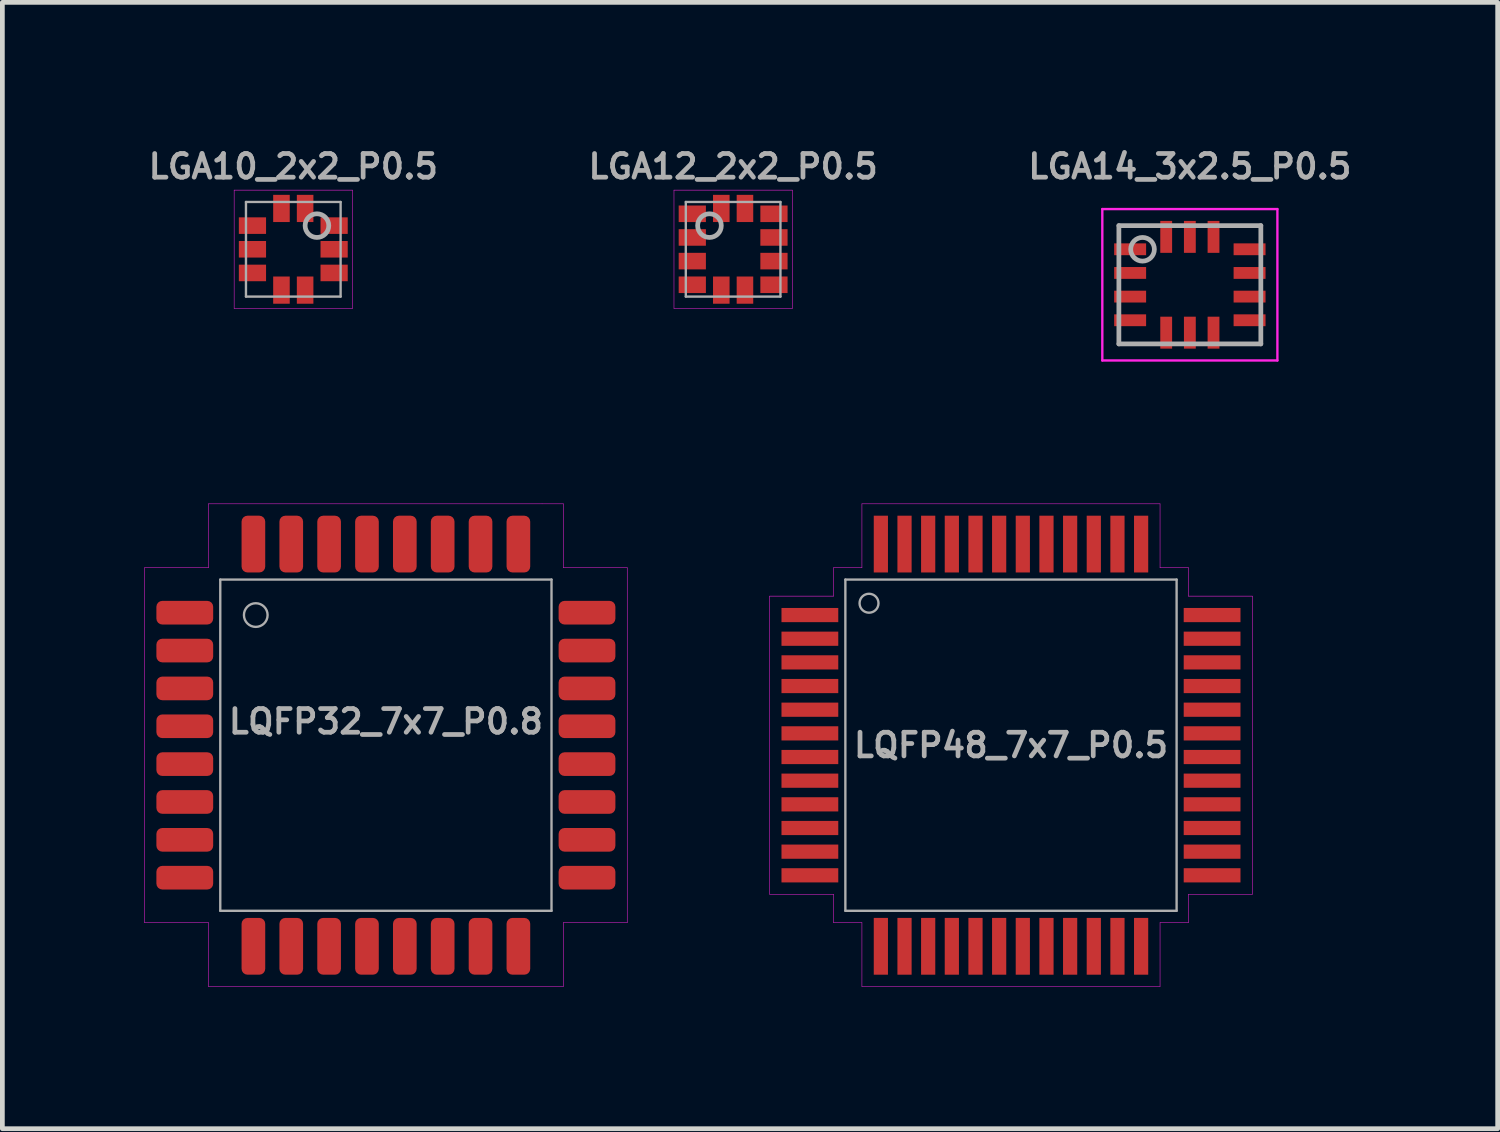
<source format=kicad_pcb>
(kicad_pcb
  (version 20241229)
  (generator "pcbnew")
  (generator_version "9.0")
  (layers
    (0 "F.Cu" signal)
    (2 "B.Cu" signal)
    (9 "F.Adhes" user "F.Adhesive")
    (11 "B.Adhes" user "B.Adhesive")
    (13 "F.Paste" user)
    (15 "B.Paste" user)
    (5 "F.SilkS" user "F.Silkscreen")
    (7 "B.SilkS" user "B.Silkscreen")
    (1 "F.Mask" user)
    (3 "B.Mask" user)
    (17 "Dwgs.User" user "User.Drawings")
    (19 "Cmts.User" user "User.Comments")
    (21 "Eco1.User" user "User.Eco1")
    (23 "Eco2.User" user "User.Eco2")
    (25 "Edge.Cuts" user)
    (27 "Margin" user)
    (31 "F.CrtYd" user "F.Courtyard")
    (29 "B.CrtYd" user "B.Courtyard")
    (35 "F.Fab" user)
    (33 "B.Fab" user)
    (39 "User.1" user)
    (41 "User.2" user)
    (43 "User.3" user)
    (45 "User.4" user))
  (footprint "LQFP32_7x7_P0.8"
    (layer "F.Cu")
    (at 5.105 12.698)
    (property "Reference" "LQFP32_7x7_P0.8" (at 0 -0.5 0) (layer "F.Fab") (effects (font (size 0.5 0.5) (thickness 0.1))))
    (attr smd)
    (fp_line (start -5.1 -3.75) (end -5.1 3.75) (stroke (width 0.01) (type solid)) (layer "F.CrtYd"))
    (fp_line (start -5.1 -3.75) (end -3.75 -3.75) (stroke (width 0.01) (type solid)) (layer "F.CrtYd"))
    (fp_line (start -3.75 -5.1) (end 3.75 -5.1) (stroke (width 0.01) (type solid)) (layer "F.CrtYd"))
    (fp_line (start -3.75 -3.75) (end -3.75 -5.1) (stroke (width 0.01) (type solid)) (layer "F.CrtYd"))
    (fp_line (start -3.75 3.75) (end -5.1 3.75) (stroke (width 0.01) (type solid)) (layer "F.CrtYd"))
    (fp_line (start -3.75 5.1) (end -3.75 3.75) (stroke (width 0.01) (type solid)) (layer "F.CrtYd"))
    (fp_line (start -3.75 5.1) (end 3.75 5.1) (stroke (width 0.01) (type solid)) (layer "F.CrtYd"))
    (fp_line (start 3.3 -5.1) (end 3.3 -5.1) (stroke (width 0.01) (type solid)) (layer "F.CrtYd"))
    (fp_line (start 3.75 -5.1) (end 3.75 -3.75) (stroke (width 0.01) (type solid)) (layer "F.CrtYd"))
    (fp_line (start 3.75 -3.75) (end 5.1 -3.75) (stroke (width 0.01) (type solid)) (layer "F.CrtYd"))
    (fp_line (start 3.75 3.75) (end 3.75 5.1) (stroke (width 0.01) (type solid)) (layer "F.CrtYd"))
    (fp_line (start 5.1 -3.75) (end 5.1 3.75) (stroke (width 0.01) (type solid)) (layer "F.CrtYd"))
    (fp_line (start 5.1 3.75) (end 3.75 3.75) (stroke (width 0.01) (type solid)) (layer "F.CrtYd"))
    (fp_line (start -3.5 -3.5) (end 3.5 -3.5) (stroke (width 0.05) (type solid)) (layer "F.Fab"))
    (fp_line (start -3.5 3.5) (end -3.5 -3.5) (stroke (width 0.05) (type solid)) (layer "F.Fab"))
    (fp_line (start 3.5 -3.5) (end 3.5 3.5) (stroke (width 0.05) (type solid)) (layer "F.Fab"))
    (fp_line (start 3.5 3.5) (end -3.5 3.5) (stroke (width 0.05) (type solid)) (layer "F.Fab"))
    (fp_circle (center -2.75 -2.75) (end -2.5 -2.75) (stroke (width 0.05) (type solid)) (fill no) (layer "F.Fab"))
    (pad "1" smd roundrect (at -4.25 -2.8) (size 1.2 0.5) (layers "F.Cu" "F.Mask" "F.Paste") (roundrect_rratio 0.25))
    (pad "2" smd roundrect (at -4.25 -2) (size 1.2 0.5) (layers "F.Cu" "F.Mask" "F.Paste") (roundrect_rratio 0.25))
    (pad "3" smd roundrect (at -4.25 -1.2) (size 1.2 0.5) (layers "F.Cu" "F.Mask" "F.Paste") (roundrect_rratio 0.25))
    (pad "4" smd roundrect (at -4.25 -0.4) (size 1.2 0.5) (layers "F.Cu" "F.Mask" "F.Paste") (roundrect_rratio 0.25))
    (pad "5" smd roundrect (at -4.25 0.4) (size 1.2 0.5) (layers "F.Cu" "F.Mask" "F.Paste") (roundrect_rratio 0.25))
    (pad "6" smd roundrect (at -4.25 1.2) (size 1.2 0.5) (layers "F.Cu" "F.Mask" "F.Paste") (roundrect_rratio 0.25))
    (pad "7" smd roundrect (at -4.25 2) (size 1.2 0.5) (layers "F.Cu" "F.Mask" "F.Paste") (roundrect_rratio 0.25))
    (pad "8" smd roundrect (at -4.25 2.8) (size 1.2 0.5) (layers "F.Cu" "F.Mask" "F.Paste") (roundrect_rratio 0.25))
    (pad "9" smd roundrect (at -2.8 4.25 90) (size 1.2 0.5) (layers "F.Cu" "F.Mask" "F.Paste") (roundrect_rratio 0.25))
    (pad "10" smd roundrect (at -2 4.25 90) (size 1.2 0.5) (layers "F.Cu" "F.Mask" "F.Paste") (roundrect_rratio 0.25))
    (pad "11" smd roundrect (at -1.2 4.25 90) (size 1.2 0.5) (layers "F.Cu" "F.Mask" "F.Paste") (roundrect_rratio 0.25))
    (pad "12" smd roundrect (at -0.4 4.25 90) (size 1.2 0.5) (layers "F.Cu" "F.Mask" "F.Paste") (roundrect_rratio 0.25))
    (pad "13" smd roundrect (at 0.4 4.25 90) (size 1.2 0.5) (layers "F.Cu" "F.Mask" "F.Paste") (roundrect_rratio 0.25))
    (pad "14" smd roundrect (at 1.2 4.25 90) (size 1.2 0.5) (layers "F.Cu" "F.Mask" "F.Paste") (roundrect_rratio 0.25))
    (pad "15" smd roundrect (at 2 4.25 90) (size 1.2 0.5) (layers "F.Cu" "F.Mask" "F.Paste") (roundrect_rratio 0.25))
    (pad "16" smd roundrect (at 2.8 4.25 90) (size 1.2 0.5) (layers "F.Cu" "F.Mask" "F.Paste") (roundrect_rratio 0.25))
    (pad "17" smd roundrect (at 4.25 2.8) (size 1.2 0.5) (layers "F.Cu" "F.Mask" "F.Paste") (roundrect_rratio 0.25))
    (pad "18" smd roundrect (at 4.25 2) (size 1.2 0.5) (layers "F.Cu" "F.Mask" "F.Paste") (roundrect_rratio 0.25))
    (pad "19" smd roundrect (at 4.25 1.2) (size 1.2 0.5) (layers "F.Cu" "F.Mask" "F.Paste") (roundrect_rratio 0.25))
    (pad "20" smd roundrect (at 4.25 0.4) (size 1.2 0.5) (layers "F.Cu" "F.Mask" "F.Paste") (roundrect_rratio 0.25))
    (pad "21" smd roundrect (at 4.25 -0.4) (size 1.2 0.5) (layers "F.Cu" "F.Mask" "F.Paste") (roundrect_rratio 0.25))
    (pad "22" smd roundrect (at 4.25 -1.2) (size 1.2 0.5) (layers "F.Cu" "F.Mask" "F.Paste") (roundrect_rratio 0.25))
    (pad "23" smd roundrect (at 4.25 -2) (size 1.2 0.5) (layers "F.Cu" "F.Mask" "F.Paste") (roundrect_rratio 0.25))
    (pad "24" smd roundrect (at 4.25 -2.8) (size 1.2 0.5) (layers "F.Cu" "F.Mask" "F.Paste") (roundrect_rratio 0.25))
    (pad "25" smd roundrect (at 2.8 -4.25 90) (size 1.2 0.5) (layers "F.Cu" "F.Mask" "F.Paste") (roundrect_rratio 0.25))
    (pad "26" smd roundrect (at 2 -4.25 90) (size 1.2 0.5) (layers "F.Cu" "F.Mask" "F.Paste") (roundrect_rratio 0.25))
    (pad "27" smd roundrect (at 1.2 -4.25 90) (size 1.2 0.5) (layers "F.Cu" "F.Mask" "F.Paste") (roundrect_rratio 0.25))
    (pad "28" smd roundrect (at 0.4 -4.25 90) (size 1.2 0.5) (layers "F.Cu" "F.Mask" "F.Paste") (roundrect_rratio 0.25))
    (pad "29" smd roundrect (at -0.4 -4.25 90) (size 1.2 0.5) (layers "F.Cu" "F.Mask" "F.Paste") (roundrect_rratio 0.25))
    (pad "30" smd roundrect (at -1.2 -4.25 90) (size 1.2 0.5) (layers "F.Cu" "F.Mask" "F.Paste") (roundrect_rratio 0.25))
    (pad "31" smd roundrect (at -2 -4.25 90) (size 1.2 0.5) (layers "F.Cu" "F.Mask" "F.Paste") (roundrect_rratio 0.25))
    (pad "32" smd roundrect (at -2.8 -4.25 90) (size 1.2 0.5) (layers "F.Cu" "F.Mask" "F.Paste") (roundrect_rratio 0.25)))
  (footprint "LGA12_2x2_P0.5"
    (layer "F.Cu")
    (at 12.443 2.218)
    (property "Reference" "LGA12_2x2_P0.5" (at 0 -1.75 0) (layer "F.Fab") (effects (font (size 0.5 0.5) (thickness 0.1))))
    (attr smd)
    (fp_line (start -1.25 -1.25) (end 1.25 -1.25) (stroke (width 0.01) (type solid)) (layer "F.CrtYd"))
    (fp_line (start -1.25 1.25) (end -1.25 -1.25) (stroke (width 0.01) (type solid)) (layer "F.CrtYd"))
    (fp_line (start 1.25 -1.25) (end 1.25 1.25) (stroke (width 0.01) (type solid)) (layer "F.CrtYd"))
    (fp_line (start 1.25 1.25) (end -1.25 1.25) (stroke (width 0.01) (type solid)) (layer "F.CrtYd"))
    (fp_line (start -1 -1) (end 1 -1) (stroke (width 0.05) (type solid)) (layer "F.Fab"))
    (fp_line (start -1 1) (end -1 -1) (stroke (width 0.05) (type solid)) (layer "F.Fab"))
    (fp_line (start 1 -1) (end 1 1) (stroke (width 0.05) (type solid)) (layer "F.Fab"))
    (fp_line (start 1 1) (end -1 1) (stroke (width 0.05) (type solid)) (layer "F.Fab"))
    (fp_circle (center -0.5 -0.5) (end -0.25 -0.5) (stroke (width 0.1) (type solid)) (fill no) (layer "F.Fab"))
    (pad "1" smd rect (at -0.863 -0.75) (size 0.575 0.35) (layers "F.Cu" "F.Mask" "F.Paste"))
    (pad "2" smd rect (at -0.863 -0.25) (size 0.575 0.35) (layers "F.Cu" "F.Mask" "F.Paste"))
    (pad "3" smd rect (at -0.863 0.25) (size 0.575 0.35) (layers "F.Cu" "F.Mask" "F.Paste"))
    (pad "4" smd rect (at -0.863 0.75) (size 0.575 0.35) (layers "F.Cu" "F.Mask" "F.Paste"))
    (pad "5" smd rect (at -0.25 0.863 90) (size 0.575 0.35) (layers "F.Cu" "F.Mask" "F.Paste"))
    (pad "6" smd rect (at 0.25 0.863 90) (size 0.575 0.35) (layers "F.Cu" "F.Mask" "F.Paste"))
    (pad "7" smd rect (at 0.863 0.75) (size 0.575 0.35) (layers "F.Cu" "F.Mask" "F.Paste"))
    (pad "8" smd rect (at 0.863 0.25) (size 0.575 0.35) (layers "F.Cu" "F.Mask" "F.Paste"))
    (pad "9" smd rect (at 0.863 -0.25) (size 0.575 0.35) (layers "F.Cu" "F.Mask" "F.Paste"))
    (pad "10" smd rect (at 0.863 -0.75) (size 0.575 0.35) (layers "F.Cu" "F.Mask" "F.Paste"))
    (pad "11" smd rect (at 0.25 -0.863 90) (size 0.575 0.35) (layers "F.Cu" "F.Mask" "F.Paste"))
    (pad "12" smd rect (at -0.25 -0.863 90) (size 0.575 0.35) (layers "F.Cu" "F.Mask" "F.Paste")))
  (footprint "LGA10_2x2_P0.5"
    (layer "F.Cu")
    (at 3.148 2.218)
    (property "Reference" "LGA10_2x2_P0.5" (at 0 -1.75 0) (layer "F.Fab") (effects (font (size 0.5 0.5) (thickness 0.1))))
    (attr smd)
    (fp_line (start -1.25 -1.25) (end 1.25 -1.25) (stroke (width 0.01) (type solid)) (layer "F.CrtYd"))
    (fp_line (start -1.25 1.25) (end -1.25 -1.25) (stroke (width 0.01) (type solid)) (layer "F.CrtYd"))
    (fp_line (start 1.25 -1.25) (end 1.25 1.25) (stroke (width 0.01) (type solid)) (layer "F.CrtYd"))
    (fp_line (start 1.25 1.25) (end -1.25 1.25) (stroke (width 0.01) (type solid)) (layer "F.CrtYd"))
    (fp_line (start -1 -1) (end 1 -1) (stroke (width 0.05) (type solid)) (layer "F.Fab"))
    (fp_line (start -1 1) (end -1 -1) (stroke (width 0.05) (type solid)) (layer "F.Fab"))
    (fp_line (start 1 -1) (end 1 1) (stroke (width 0.05) (type solid)) (layer "F.Fab"))
    (fp_line (start 1 1) (end -1 1) (stroke (width 0.05) (type solid)) (layer "F.Fab"))
    (fp_circle (center 0.5 -0.5) (end 0.75 -0.5) (stroke (width 0.1) (type solid)) (fill no) (layer "F.Fab"))
    (pad "1" smd rect (at 0.25 -0.863 90) (size 0.575 0.35) (layers "F.Cu" "F.Mask" "F.Paste"))
    (pad "2" smd rect (at -0.25 -0.863 90) (size 0.575 0.35) (layers "F.Cu" "F.Mask" "F.Paste"))
    (pad "3" smd rect (at -0.863 -0.5) (size 0.575 0.35) (layers "F.Cu" "F.Mask" "F.Paste"))
    (pad "4" smd rect (at -0.863 0) (size 0.575 0.35) (layers "F.Cu" "F.Mask" "F.Paste"))
    (pad "5" smd rect (at -0.863 0.5) (size 0.575 0.35) (layers "F.Cu" "F.Mask" "F.Paste"))
    (pad "6" smd rect (at -0.25 0.863 90) (size 0.575 0.35) (layers "F.Cu" "F.Mask" "F.Paste"))
    (pad "7" smd rect (at 0.25 0.863 90) (size 0.575 0.35) (layers "F.Cu" "F.Mask" "F.Paste"))
    (pad "8" smd rect (at 0.863 0.5) (size 0.575 0.35) (layers "F.Cu" "F.Mask" "F.Paste"))
    (pad "9" smd rect (at 0.863 0) (size 0.575 0.35) (layers "F.Cu" "F.Mask" "F.Paste"))
    (pad "10" smd rect (at 0.863 -0.5) (size 0.575 0.35) (layers "F.Cu" "F.Mask" "F.Paste")))
  (footprint "LQFP48_7x7_P0.5"
    (layer "F.Cu")
    (at 18.315 12.698)
    (property "Reference" "LQFP48_7x7_P0.5" (at 0 0 0) (layer "F.Fab") (effects (font (size 0.5 0.5) (thickness 0.1))))
    (attr smd)
    (fp_line (start -5.1 -3.15) (end -5.1 3.15) (stroke (width 0.01) (type solid)) (layer "F.CrtYd"))
    (fp_line (start -5.1 -3.15) (end -3.75 -3.15) (stroke (width 0.01) (type solid)) (layer "F.CrtYd"))
    (fp_line (start -3.75 -3.75) (end -3.15 -3.75) (stroke (width 0.01) (type solid)) (layer "F.CrtYd"))
    (fp_line (start -3.75 -3.15) (end -3.75 -3.75) (stroke (width 0.01) (type solid)) (layer "F.CrtYd"))
    (fp_line (start -3.75 3.15) (end -5.1 3.15) (stroke (width 0.01) (type solid)) (layer "F.CrtYd"))
    (fp_line (start -3.75 3.75) (end -3.75 3.15) (stroke (width 0.01) (type solid)) (layer "F.CrtYd"))
    (fp_line (start -3.15 -3.75) (end -3.15 -5.1) (stroke (width 0.01) (type solid)) (layer "F.CrtYd"))
    (fp_line (start -3.15 3.75) (end -3.75 3.75) (stroke (width 0.01) (type solid)) (layer "F.CrtYd"))
    (fp_line (start -3.15 5.1) (end -3.15 3.75) (stroke (width 0.01) (type solid)) (layer "F.CrtYd"))
    (fp_line (start -3.15 5.1) (end 3.15 5.1) (stroke (width 0.01) (type solid)) (layer "F.CrtYd"))
    (fp_line (start 3.15 -5.1) (end -3.15 -5.1) (stroke (width 0.01) (type solid)) (layer "F.CrtYd"))
    (fp_line (start 3.15 -5.1) (end 3.15 -3.75) (stroke (width 0.01) (type solid)) (layer "F.CrtYd"))
    (fp_line (start 3.15 -3.75) (end 3.75 -3.75) (stroke (width 0.01) (type solid)) (layer "F.CrtYd"))
    (fp_line (start 3.15 3.75) (end 3.15 5.1) (stroke (width 0.01) (type solid)) (layer "F.CrtYd"))
    (fp_line (start 3.75 -3.75) (end 3.75 -3.15) (stroke (width 0.01) (type solid)) (layer "F.CrtYd"))
    (fp_line (start 3.75 -3.15) (end 5.1 -3.15) (stroke (width 0.01) (type solid)) (layer "F.CrtYd"))
    (fp_line (start 3.75 3.15) (end 3.75 3.75) (stroke (width 0.01) (type solid)) (layer "F.CrtYd"))
    (fp_line (start 3.75 3.75) (end 3.15 3.75) (stroke (width 0.01) (type solid)) (layer "F.CrtYd"))
    (fp_line (start 5.1 3.15) (end 3.75 3.15) (stroke (width 0.01) (type solid)) (layer "F.CrtYd"))
    (fp_line (start 5.1 3.15) (end 5.1 -3.15) (stroke (width 0.01) (type solid)) (layer "F.CrtYd"))
    (fp_line (start -3.5 -3.5) (end 3.5 -3.5) (stroke (width 0.05) (type solid)) (layer "F.Fab"))
    (fp_line (start -3.5 3.5) (end -3.5 -3.5) (stroke (width 0.05) (type solid)) (layer "F.Fab"))
    (fp_line (start 3.5 -3.5) (end 3.5 3.5) (stroke (width 0.05) (type solid)) (layer "F.Fab"))
    (fp_line (start 3.5 3.5) (end -3.5 3.5) (stroke (width 0.05) (type solid)) (layer "F.Fab"))
    (fp_circle (center -3 -3) (end -2.8 -3) (stroke (width 0.05) (type solid)) (fill no) (layer "F.Fab"))
    (pad "1" smd rect (at -4.25 -2.75) (size 1.2 0.3) (layers "F.Cu" "F.Mask" "F.Paste"))
    (pad "2" smd rect (at -4.25 -2.25) (size 1.2 0.3) (layers "F.Cu" "F.Mask" "F.Paste"))
    (pad "3" smd rect (at -4.25 -1.75) (size 1.2 0.3) (layers "F.Cu" "F.Mask" "F.Paste"))
    (pad "4" smd rect (at -4.25 -1.25) (size 1.2 0.3) (layers "F.Cu" "F.Mask" "F.Paste"))
    (pad "5" smd rect (at -4.25 -0.75) (size 1.2 0.3) (layers "F.Cu" "F.Mask" "F.Paste"))
    (pad "6" smd rect (at -4.25 -0.25) (size 1.2 0.3) (layers "F.Cu" "F.Mask" "F.Paste"))
    (pad "7" smd rect (at -4.25 0.25) (size 1.2 0.3) (layers "F.Cu" "F.Mask" "F.Paste"))
    (pad "8" smd rect (at -4.25 0.75) (size 1.2 0.3) (layers "F.Cu" "F.Mask" "F.Paste"))
    (pad "9" smd rect (at -4.25 1.25) (size 1.2 0.3) (layers "F.Cu" "F.Mask" "F.Paste"))
    (pad "10" smd rect (at -4.25 1.75) (size 1.2 0.3) (layers "F.Cu" "F.Mask" "F.Paste"))
    (pad "11" smd rect (at -4.25 2.25) (size 1.2 0.3) (layers "F.Cu" "F.Mask" "F.Paste"))
    (pad "12" smd rect (at -4.25 2.75) (size 1.2 0.3) (layers "F.Cu" "F.Mask" "F.Paste"))
    (pad "13" smd rect (at -2.75 4.25 90) (size 1.2 0.3) (layers "F.Cu" "F.Mask" "F.Paste"))
    (pad "14" smd rect (at -2.25 4.25 90) (size 1.2 0.3) (layers "F.Cu" "F.Mask" "F.Paste"))
    (pad "15" smd rect (at -1.75 4.25 90) (size 1.2 0.3) (layers "F.Cu" "F.Mask" "F.Paste"))
    (pad "16" smd rect (at -1.25 4.25 90) (size 1.2 0.3) (layers "F.Cu" "F.Mask" "F.Paste"))
    (pad "17" smd rect (at -0.75 4.25 90) (size 1.2 0.3) (layers "F.Cu" "F.Mask" "F.Paste"))
    (pad "18" smd rect (at -0.25 4.25 90) (size 1.2 0.3) (layers "F.Cu" "F.Mask" "F.Paste"))
    (pad "19" smd rect (at 0.25 4.25 90) (size 1.2 0.3) (layers "F.Cu" "F.Mask" "F.Paste"))
    (pad "20" smd rect (at 0.75 4.25 90) (size 1.2 0.3) (layers "F.Cu" "F.Mask" "F.Paste"))
    (pad "21" smd rect (at 1.25 4.25 90) (size 1.2 0.3) (layers "F.Cu" "F.Mask" "F.Paste"))
    (pad "22" smd rect (at 1.75 4.25 90) (size 1.2 0.3) (layers "F.Cu" "F.Mask" "F.Paste"))
    (pad "23" smd rect (at 2.25 4.25 90) (size 1.2 0.3) (layers "F.Cu" "F.Mask" "F.Paste"))
    (pad "24" smd rect (at 2.75 4.25 90) (size 1.2 0.3) (layers "F.Cu" "F.Mask" "F.Paste"))
    (pad "25" smd rect (at 4.25 2.75 180) (size 1.2 0.3) (layers "F.Cu" "F.Mask" "F.Paste"))
    (pad "26" smd rect (at 4.25 2.25 180) (size 1.2 0.3) (layers "F.Cu" "F.Mask" "F.Paste"))
    (pad "27" smd rect (at 4.25 1.75 180) (size 1.2 0.3) (layers "F.Cu" "F.Mask" "F.Paste"))
    (pad "28" smd rect (at 4.25 1.25 180) (size 1.2 0.3) (layers "F.Cu" "F.Mask" "F.Paste"))
    (pad "29" smd rect (at 4.25 0.75 180) (size 1.2 0.3) (layers "F.Cu" "F.Mask" "F.Paste"))
    (pad "30" smd rect (at 4.25 0.25 180) (size 1.2 0.3) (layers "F.Cu" "F.Mask" "F.Paste"))
    (pad "31" smd rect (at 4.25 -0.25 180) (size 1.2 0.3) (layers "F.Cu" "F.Mask" "F.Paste"))
    (pad "32" smd rect (at 4.25 -0.75 180) (size 1.2 0.3) (layers "F.Cu" "F.Mask" "F.Paste"))
    (pad "33" smd rect (at 4.25 -1.25) (size 1.2 0.3) (layers "F.Cu" "F.Mask" "F.Paste"))
    (pad "34" smd rect (at 4.25 -1.75) (size 1.2 0.3) (layers "F.Cu" "F.Mask" "F.Paste"))
    (pad "35" smd rect (at 4.25 -2.25) (size 1.2 0.3) (layers "F.Cu" "F.Mask" "F.Paste"))
    (pad "36" smd rect (at 4.25 -2.75) (size 1.2 0.3) (layers "F.Cu" "F.Mask" "F.Paste"))
    (pad "37" smd rect (at 2.75 -4.25 90) (size 1.2 0.3) (layers "F.Cu" "F.Mask" "F.Paste"))
    (pad "38" smd rect (at 2.25 -4.25 90) (size 1.2 0.3) (layers "F.Cu" "F.Mask" "F.Paste"))
    (pad "39" smd rect (at 1.75 -4.25 90) (size 1.2 0.3) (layers "F.Cu" "F.Mask" "F.Paste"))
    (pad "40" smd rect (at 1.25 -4.25 90) (size 1.2 0.3) (layers "F.Cu" "F.Mask" "F.Paste"))
    (pad "41" smd rect (at 0.75 -4.25 90) (size 1.2 0.3) (layers "F.Cu" "F.Mask" "F.Paste"))
    (pad "42" smd rect (at 0.25 -4.25 90) (size 1.2 0.3) (layers "F.Cu" "F.Mask" "F.Paste"))
    (pad "43" smd rect (at -0.25 -4.25 90) (size 1.2 0.3) (layers "F.Cu" "F.Mask" "F.Paste"))
    (pad "44" smd rect (at -0.75 -4.25 90) (size 1.2 0.3) (layers "F.Cu" "F.Mask" "F.Paste"))
    (pad "45" smd rect (at -1.25 -4.25 90) (size 1.2 0.3) (layers "F.Cu" "F.Mask" "F.Paste"))
    (pad "46" smd rect (at -1.75 -4.25 90) (size 1.2 0.3) (layers "F.Cu" "F.Mask" "F.Paste"))
    (pad "47" smd rect (at -2.25 -4.25 90) (size 1.2 0.3) (layers "F.Cu" "F.Mask" "F.Paste"))
    (pad "48" smd rect (at -2.75 -4.25 90) (size 1.2 0.3) (layers "F.Cu" "F.Mask" "F.Paste")))
  (footprint "LGA14_3x2.5_P0.5"
    (layer "F.Cu")
    (at 22.095 2.968)
    (property "Reference" "LGA14_3x2.5_P0.5" (at 0 -2.5 0) (layer "F.Fab") (effects (font (size 0.5 0.5) (thickness 0.1))))
    (attr smd)
    (fp_line (start -1.85 -1.6) (end 1.85 -1.6) (stroke (width 0.05) (type solid)) (layer "F.CrtYd"))
    (fp_line (start -1.85 1.6) (end -1.85 -1.6) (stroke (width 0.05) (type solid)) (layer "F.CrtYd"))
    (fp_line (start 1.85 -1.6) (end 1.85 1.6) (stroke (width 0.05) (type solid)) (layer "F.CrtYd"))
    (fp_line (start 1.85 1.6) (end -1.85 1.6) (stroke (width 0.05) (type solid)) (layer "F.CrtYd"))
    (fp_line (start -1.5 -1.25) (end 1.5 -1.25) (stroke (width 0.1) (type solid)) (layer "F.Fab"))
    (fp_line (start -1.5 1.25) (end -1.5 -1.25) (stroke (width 0.1) (type solid)) (layer "F.Fab"))
    (fp_line (start 1.5 -1.25) (end 1.5 1.25) (stroke (width 0.1) (type solid)) (layer "F.Fab"))
    (fp_line (start 1.5 1.25) (end -1.5 1.25) (stroke (width 0.1) (type solid)) (layer "F.Fab"))
    (fp_circle (center -1 -0.75) (end -0.75 -0.75) (stroke (width 0.1) (type solid)) (fill no) (layer "F.Fab"))
    (pad "1" smd rect (at -1.262 -0.75) (size 0.675 0.25) (layers "F.Cu" "F.Mask" "F.Paste"))
    (pad "2" smd rect (at -1.262 -0.25) (size 0.675 0.25) (layers "F.Cu" "F.Mask" "F.Paste"))
    (pad "3" smd rect (at -1.262 0.25) (size 0.675 0.25) (layers "F.Cu" "F.Mask" "F.Paste"))
    (pad "4" smd rect (at -1.262 0.75) (size 0.675 0.25) (layers "F.Cu" "F.Mask" "F.Paste"))
    (pad "5" smd rect (at -0.5 1.012) (size 0.25 0.675) (layers "F.Cu" "F.Mask" "F.Paste"))
    (pad "6" smd rect (at 0 1.012) (size 0.25 0.675) (layers "F.Cu" "F.Mask" "F.Paste"))
    (pad "7" smd rect (at 0.5 1.012) (size 0.25 0.675) (layers "F.Cu" "F.Mask" "F.Paste"))
    (pad "8" smd rect (at 1.262 0.75) (size 0.675 0.25) (layers "F.Cu" "F.Mask" "F.Paste"))
    (pad "9" smd rect (at 1.262 0.25) (size 0.675 0.25) (layers "F.Cu" "F.Mask" "F.Paste"))
    (pad "10" smd rect (at 1.262 -0.25) (size 0.675 0.25) (layers "F.Cu" "F.Mask" "F.Paste"))
    (pad "11" smd rect (at 1.262 -0.75) (size 0.675 0.25) (layers "F.Cu" "F.Mask" "F.Paste"))
    (pad "12" smd rect (at 0.5 -1.012) (size 0.25 0.675) (layers "F.Cu" "F.Mask" "F.Paste"))
    (pad "13" smd rect (at 0 -1.012) (size 0.25 0.675) (layers "F.Cu" "F.Mask" "F.Paste"))
    (pad "14" smd rect (at -0.5 -1.012) (size 0.25 0.675) (layers "F.Cu" "F.Mask" "F.Paste")))
  (gr_rect
    (start -3 -3)
    (end 28.6 20.803)
    (stroke (width 0.1) (type default))
    (fill no)
    (layer "Edge.Cuts")))
</source>
